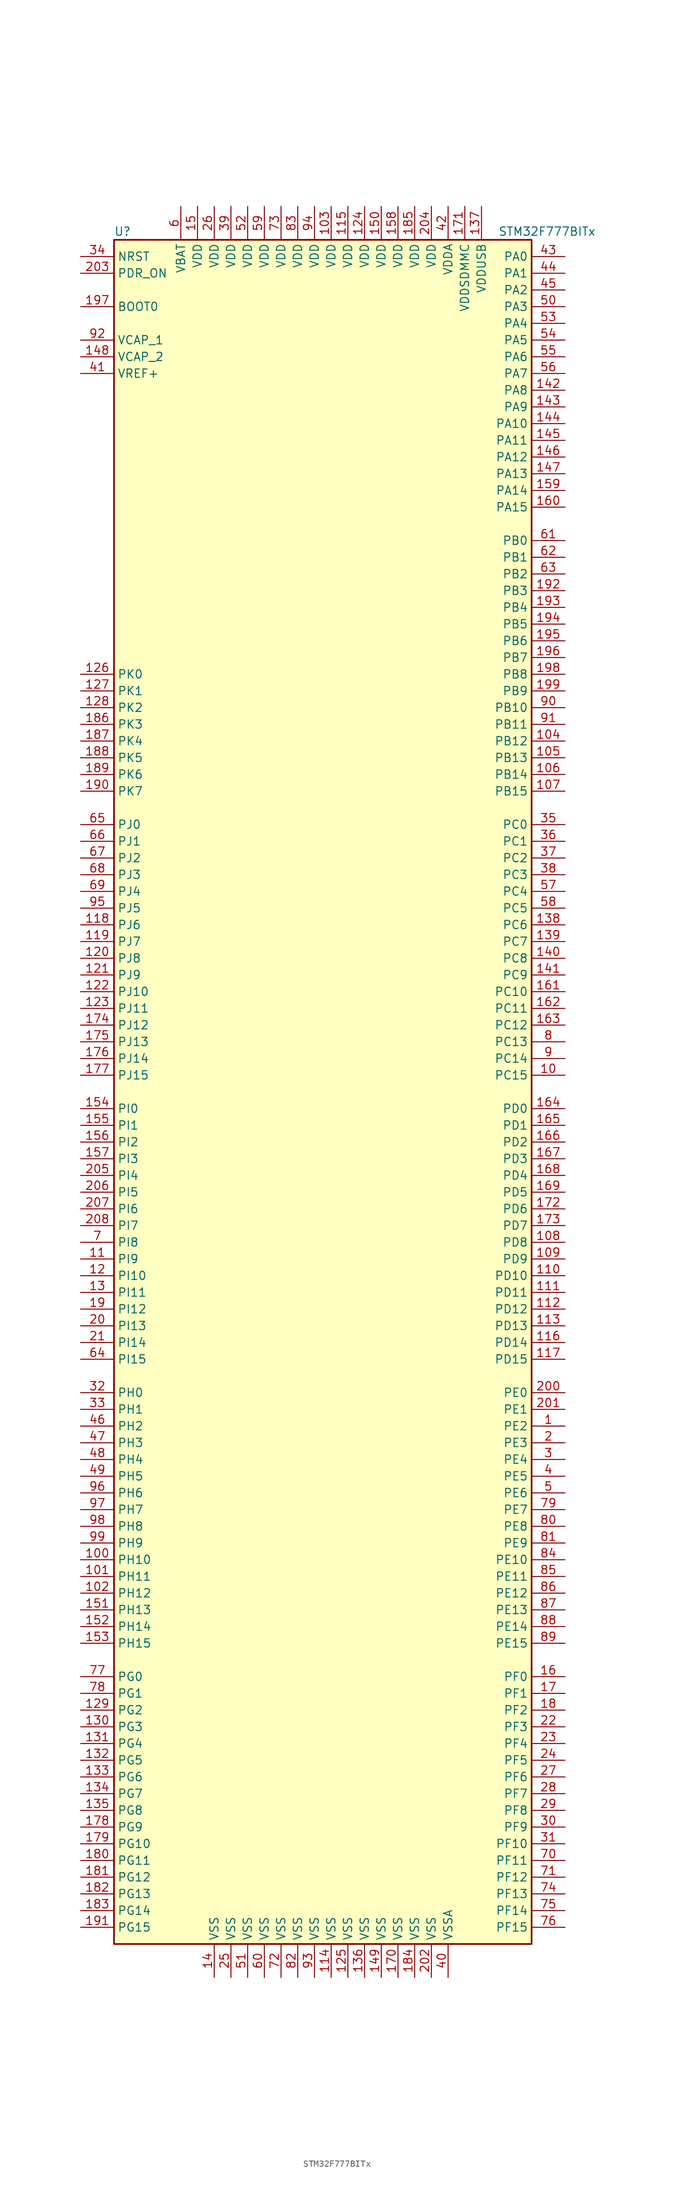
<source format=kicad_sym>
(kicad_symbol_lib
  (version 20201005)
  (generator kicad_symbol_editor)
  (symbol "STM32F777BITx"
    (property "Reference" "U"
      (at -33.02 130.81 0)
      (effects (font (size 1.27 1.27)) (justify left)))
    (property "Value" "STM32F777BITx"
      (at 25.4 130.81 0)
      (effects (font (size 1.27 1.27)) (justify left)))
    (symbol "STM32F777BITx_0_1"
      (rectangle (start -33.02 -129.54) (end 30.48 129.54) (stroke (width 0.254)) (fill (type background))))
    (symbol "STM32F777BITx_1_1"
      (pin input line (at -38.1 119.38 0) (length 5.08) (name "BOOT0" (effects (font (size 1.27 1.27)))) (number "197" (effects (font (size 1.27 1.27)))))
      (pin input line (at -38.1 127 0) (length 5.08) (name "NRST" (effects (font (size 1.27 1.27)))) (number "34" (effects (font (size 1.27 1.27)))))
      (pin bidirectional line (at 35.56 127 180) (length 5.08) (name "PA0" (effects (font (size 1.27 1.27)))) (number "43" (effects (font (size 1.27 1.27)))))
      (pin bidirectional line (at 35.56 124.46 180) (length 5.08) (name "PA1" (effects (font (size 1.27 1.27)))) (number "44" (effects (font (size 1.27 1.27)))))
      (pin bidirectional line (at 35.56 101.6 180) (length 5.08) (name "PA10" (effects (font (size 1.27 1.27)))) (number "144" (effects (font (size 1.27 1.27)))))
      (pin bidirectional line (at 35.56 99.06 180) (length 5.08) (name "PA11" (effects (font (size 1.27 1.27)))) (number "145" (effects (font (size 1.27 1.27)))))
      (pin bidirectional line (at 35.56 96.52 180) (length 5.08) (name "PA12" (effects (font (size 1.27 1.27)))) (number "146" (effects (font (size 1.27 1.27)))))
      (pin bidirectional line (at 35.56 93.98 180) (length 5.08) (name "PA13" (effects (font (size 1.27 1.27)))) (number "147" (effects (font (size 1.27 1.27)))))
      (pin bidirectional line (at 35.56 91.44 180) (length 5.08) (name "PA14" (effects (font (size 1.27 1.27)))) (number "159" (effects (font (size 1.27 1.27)))))
      (pin bidirectional line (at 35.56 88.9 180) (length 5.08) (name "PA15" (effects (font (size 1.27 1.27)))) (number "160" (effects (font (size 1.27 1.27)))))
      (pin bidirectional line (at 35.56 121.92 180) (length 5.08) (name "PA2" (effects (font (size 1.27 1.27)))) (number "45" (effects (font (size 1.27 1.27)))))
      (pin bidirectional line (at 35.56 119.38 180) (length 5.08) (name "PA3" (effects (font (size 1.27 1.27)))) (number "50" (effects (font (size 1.27 1.27)))))
      (pin bidirectional line (at 35.56 116.84 180) (length 5.08) (name "PA4" (effects (font (size 1.27 1.27)))) (number "53" (effects (font (size 1.27 1.27)))))
      (pin bidirectional line (at 35.56 114.3 180) (length 5.08) (name "PA5" (effects (font (size 1.27 1.27)))) (number "54" (effects (font (size 1.27 1.27)))))
      (pin bidirectional line (at 35.56 111.76 180) (length 5.08) (name "PA6" (effects (font (size 1.27 1.27)))) (number "55" (effects (font (size 1.27 1.27)))))
      (pin bidirectional line (at 35.56 109.22 180) (length 5.08) (name "PA7" (effects (font (size 1.27 1.27)))) (number "56" (effects (font (size 1.27 1.27)))))
      (pin bidirectional line (at 35.56 106.68 180) (length 5.08) (name "PA8" (effects (font (size 1.27 1.27)))) (number "142" (effects (font (size 1.27 1.27)))))
      (pin bidirectional line (at 35.56 104.14 180) (length 5.08) (name "PA9" (effects (font (size 1.27 1.27)))) (number "143" (effects (font (size 1.27 1.27)))))
      (pin bidirectional line (at 35.56 83.82 180) (length 5.08) (name "PB0" (effects (font (size 1.27 1.27)))) (number "61" (effects (font (size 1.27 1.27)))))
      (pin bidirectional line (at 35.56 81.28 180) (length 5.08) (name "PB1" (effects (font (size 1.27 1.27)))) (number "62" (effects (font (size 1.27 1.27)))))
      (pin bidirectional line (at 35.56 58.42 180) (length 5.08) (name "PB10" (effects (font (size 1.27 1.27)))) (number "90" (effects (font (size 1.27 1.27)))))
      (pin bidirectional line (at 35.56 55.88 180) (length 5.08) (name "PB11" (effects (font (size 1.27 1.27)))) (number "91" (effects (font (size 1.27 1.27)))))
      (pin bidirectional line (at 35.56 53.34 180) (length 5.08) (name "PB12" (effects (font (size 1.27 1.27)))) (number "104" (effects (font (size 1.27 1.27)))))
      (pin bidirectional line (at 35.56 50.8 180) (length 5.08) (name "PB13" (effects (font (size 1.27 1.27)))) (number "105" (effects (font (size 1.27 1.27)))))
      (pin bidirectional line (at 35.56 48.26 180) (length 5.08) (name "PB14" (effects (font (size 1.27 1.27)))) (number "106" (effects (font (size 1.27 1.27)))))
      (pin bidirectional line (at 35.56 45.72 180) (length 5.08) (name "PB15" (effects (font (size 1.27 1.27)))) (number "107" (effects (font (size 1.27 1.27)))))
      (pin bidirectional line (at 35.56 78.74 180) (length 5.08) (name "PB2" (effects (font (size 1.27 1.27)))) (number "63" (effects (font (size 1.27 1.27)))))
      (pin bidirectional line (at 35.56 76.2 180) (length 5.08) (name "PB3" (effects (font (size 1.27 1.27)))) (number "192" (effects (font (size 1.27 1.27)))))
      (pin bidirectional line (at 35.56 73.66 180) (length 5.08) (name "PB4" (effects (font (size 1.27 1.27)))) (number "193" (effects (font (size 1.27 1.27)))))
      (pin bidirectional line (at 35.56 71.12 180) (length 5.08) (name "PB5" (effects (font (size 1.27 1.27)))) (number "194" (effects (font (size 1.27 1.27)))))
      (pin bidirectional line (at 35.56 68.58 180) (length 5.08) (name "PB6" (effects (font (size 1.27 1.27)))) (number "195" (effects (font (size 1.27 1.27)))))
      (pin bidirectional line (at 35.56 66.04 180) (length 5.08) (name "PB7" (effects (font (size 1.27 1.27)))) (number "196" (effects (font (size 1.27 1.27)))))
      (pin bidirectional line (at 35.56 63.5 180) (length 5.08) (name "PB8" (effects (font (size 1.27 1.27)))) (number "198" (effects (font (size 1.27 1.27)))))
      (pin bidirectional line (at 35.56 60.96 180) (length 5.08) (name "PB9" (effects (font (size 1.27 1.27)))) (number "199" (effects (font (size 1.27 1.27)))))
      (pin bidirectional line (at 35.56 40.64 180) (length 5.08) (name "PC0" (effects (font (size 1.27 1.27)))) (number "35" (effects (font (size 1.27 1.27)))))
      (pin bidirectional line (at 35.56 38.1 180) (length 5.08) (name "PC1" (effects (font (size 1.27 1.27)))) (number "36" (effects (font (size 1.27 1.27)))))
      (pin bidirectional line (at 35.56 15.24 180) (length 5.08) (name "PC10" (effects (font (size 1.27 1.27)))) (number "161" (effects (font (size 1.27 1.27)))))
      (pin bidirectional line (at 35.56 12.7 180) (length 5.08) (name "PC11" (effects (font (size 1.27 1.27)))) (number "162" (effects (font (size 1.27 1.27)))))
      (pin bidirectional line (at 35.56 10.16 180) (length 5.08) (name "PC12" (effects (font (size 1.27 1.27)))) (number "163" (effects (font (size 1.27 1.27)))))
      (pin bidirectional line (at 35.56 7.62 180) (length 5.08) (name "PC13" (effects (font (size 1.27 1.27)))) (number "8" (effects (font (size 1.27 1.27)))))
      (pin bidirectional line (at 35.56 5.08 180) (length 5.08) (name "PC14" (effects (font (size 1.27 1.27)))) (number "9" (effects (font (size 1.27 1.27)))))
      (pin bidirectional line (at 35.56 2.54 180) (length 5.08) (name "PC15" (effects (font (size 1.27 1.27)))) (number "10" (effects (font (size 1.27 1.27)))))
      (pin bidirectional line (at 35.56 35.56 180) (length 5.08) (name "PC2" (effects (font (size 1.27 1.27)))) (number "37" (effects (font (size 1.27 1.27)))))
      (pin bidirectional line (at 35.56 33.02 180) (length 5.08) (name "PC3" (effects (font (size 1.27 1.27)))) (number "38" (effects (font (size 1.27 1.27)))))
      (pin bidirectional line (at 35.56 30.48 180) (length 5.08) (name "PC4" (effects (font (size 1.27 1.27)))) (number "57" (effects (font (size 1.27 1.27)))))
      (pin bidirectional line (at 35.56 27.94 180) (length 5.08) (name "PC5" (effects (font (size 1.27 1.27)))) (number "58" (effects (font (size 1.27 1.27)))))
      (pin bidirectional line (at 35.56 25.4 180) (length 5.08) (name "PC6" (effects (font (size 1.27 1.27)))) (number "138" (effects (font (size 1.27 1.27)))))
      (pin bidirectional line (at 35.56 22.86 180) (length 5.08) (name "PC7" (effects (font (size 1.27 1.27)))) (number "139" (effects (font (size 1.27 1.27)))))
      (pin bidirectional line (at 35.56 20.32 180) (length 5.08) (name "PC8" (effects (font (size 1.27 1.27)))) (number "140" (effects (font (size 1.27 1.27)))))
      (pin bidirectional line (at 35.56 17.78 180) (length 5.08) (name "PC9" (effects (font (size 1.27 1.27)))) (number "141" (effects (font (size 1.27 1.27)))))
      (pin bidirectional line (at 35.56 -2.54 180) (length 5.08) (name "PD0" (effects (font (size 1.27 1.27)))) (number "164" (effects (font (size 1.27 1.27)))))
      (pin bidirectional line (at 35.56 -5.08 180) (length 5.08) (name "PD1" (effects (font (size 1.27 1.27)))) (number "165" (effects (font (size 1.27 1.27)))))
      (pin bidirectional line (at 35.56 -27.94 180) (length 5.08) (name "PD10" (effects (font (size 1.27 1.27)))) (number "110" (effects (font (size 1.27 1.27)))))
      (pin bidirectional line (at 35.56 -30.48 180) (length 5.08) (name "PD11" (effects (font (size 1.27 1.27)))) (number "111" (effects (font (size 1.27 1.27)))))
      (pin bidirectional line (at 35.56 -33.02 180) (length 5.08) (name "PD12" (effects (font (size 1.27 1.27)))) (number "112" (effects (font (size 1.27 1.27)))))
      (pin bidirectional line (at 35.56 -35.56 180) (length 5.08) (name "PD13" (effects (font (size 1.27 1.27)))) (number "113" (effects (font (size 1.27 1.27)))))
      (pin bidirectional line (at 35.56 -38.1 180) (length 5.08) (name "PD14" (effects (font (size 1.27 1.27)))) (number "116" (effects (font (size 1.27 1.27)))))
      (pin bidirectional line (at 35.56 -40.64 180) (length 5.08) (name "PD15" (effects (font (size 1.27 1.27)))) (number "117" (effects (font (size 1.27 1.27)))))
      (pin bidirectional line (at 35.56 -7.62 180) (length 5.08) (name "PD2" (effects (font (size 1.27 1.27)))) (number "166" (effects (font (size 1.27 1.27)))))
      (pin bidirectional line (at 35.56 -10.16 180) (length 5.08) (name "PD3" (effects (font (size 1.27 1.27)))) (number "167" (effects (font (size 1.27 1.27)))))
      (pin bidirectional line (at 35.56 -12.7 180) (length 5.08) (name "PD4" (effects (font (size 1.27 1.27)))) (number "168" (effects (font (size 1.27 1.27)))))
      (pin bidirectional line (at 35.56 -15.24 180) (length 5.08) (name "PD5" (effects (font (size 1.27 1.27)))) (number "169" (effects (font (size 1.27 1.27)))))
      (pin bidirectional line (at 35.56 -17.78 180) (length 5.08) (name "PD6" (effects (font (size 1.27 1.27)))) (number "172" (effects (font (size 1.27 1.27)))))
      (pin bidirectional line (at 35.56 -20.32 180) (length 5.08) (name "PD7" (effects (font (size 1.27 1.27)))) (number "173" (effects (font (size 1.27 1.27)))))
      (pin bidirectional line (at 35.56 -22.86 180) (length 5.08) (name "PD8" (effects (font (size 1.27 1.27)))) (number "108" (effects (font (size 1.27 1.27)))))
      (pin bidirectional line (at 35.56 -25.4 180) (length 5.08) (name "PD9" (effects (font (size 1.27 1.27)))) (number "109" (effects (font (size 1.27 1.27)))))
      (pin input line (at -38.1 124.46 0) (length 5.08) (name "PDR_ON" (effects (font (size 1.27 1.27)))) (number "203" (effects (font (size 1.27 1.27)))))
      (pin bidirectional line (at 35.56 -45.72 180) (length 5.08) (name "PE0" (effects (font (size 1.27 1.27)))) (number "200" (effects (font (size 1.27 1.27)))))
      (pin bidirectional line (at 35.56 -48.26 180) (length 5.08) (name "PE1" (effects (font (size 1.27 1.27)))) (number "201" (effects (font (size 1.27 1.27)))))
      (pin bidirectional line (at 35.56 -71.12 180) (length 5.08) (name "PE10" (effects (font (size 1.27 1.27)))) (number "84" (effects (font (size 1.27 1.27)))))
      (pin bidirectional line (at 35.56 -73.66 180) (length 5.08) (name "PE11" (effects (font (size 1.27 1.27)))) (number "85" (effects (font (size 1.27 1.27)))))
      (pin bidirectional line (at 35.56 -76.2 180) (length 5.08) (name "PE12" (effects (font (size 1.27 1.27)))) (number "86" (effects (font (size 1.27 1.27)))))
      (pin bidirectional line (at 35.56 -78.74 180) (length 5.08) (name "PE13" (effects (font (size 1.27 1.27)))) (number "87" (effects (font (size 1.27 1.27)))))
      (pin bidirectional line (at 35.56 -81.28 180) (length 5.08) (name "PE14" (effects (font (size 1.27 1.27)))) (number "88" (effects (font (size 1.27 1.27)))))
      (pin bidirectional line (at 35.56 -83.82 180) (length 5.08) (name "PE15" (effects (font (size 1.27 1.27)))) (number "89" (effects (font (size 1.27 1.27)))))
      (pin bidirectional line (at 35.56 -50.8 180) (length 5.08) (name "PE2" (effects (font (size 1.27 1.27)))) (number "1" (effects (font (size 1.27 1.27)))))
      (pin bidirectional line (at 35.56 -53.34 180) (length 5.08) (name "PE3" (effects (font (size 1.27 1.27)))) (number "2" (effects (font (size 1.27 1.27)))))
      (pin bidirectional line (at 35.56 -55.88 180) (length 5.08) (name "PE4" (effects (font (size 1.27 1.27)))) (number "3" (effects (font (size 1.27 1.27)))))
      (pin bidirectional line (at 35.56 -58.42 180) (length 5.08) (name "PE5" (effects (font (size 1.27 1.27)))) (number "4" (effects (font (size 1.27 1.27)))))
      (pin bidirectional line (at 35.56 -60.96 180) (length 5.08) (name "PE6" (effects (font (size 1.27 1.27)))) (number "5" (effects (font (size 1.27 1.27)))))
      (pin bidirectional line (at 35.56 -63.5 180) (length 5.08) (name "PE7" (effects (font (size 1.27 1.27)))) (number "79" (effects (font (size 1.27 1.27)))))
      (pin bidirectional line (at 35.56 -66.04 180) (length 5.08) (name "PE8" (effects (font (size 1.27 1.27)))) (number "80" (effects (font (size 1.27 1.27)))))
      (pin bidirectional line (at 35.56 -68.58 180) (length 5.08) (name "PE9" (effects (font (size 1.27 1.27)))) (number "81" (effects (font (size 1.27 1.27)))))
      (pin bidirectional line (at 35.56 -88.9 180) (length 5.08) (name "PF0" (effects (font (size 1.27 1.27)))) (number "16" (effects (font (size 1.27 1.27)))))
      (pin bidirectional line (at 35.56 -91.44 180) (length 5.08) (name "PF1" (effects (font (size 1.27 1.27)))) (number "17" (effects (font (size 1.27 1.27)))))
      (pin bidirectional line (at 35.56 -114.3 180) (length 5.08) (name "PF10" (effects (font (size 1.27 1.27)))) (number "31" (effects (font (size 1.27 1.27)))))
      (pin bidirectional line (at 35.56 -116.84 180) (length 5.08) (name "PF11" (effects (font (size 1.27 1.27)))) (number "70" (effects (font (size 1.27 1.27)))))
      (pin bidirectional line (at 35.56 -119.38 180) (length 5.08) (name "PF12" (effects (font (size 1.27 1.27)))) (number "71" (effects (font (size 1.27 1.27)))))
      (pin bidirectional line (at 35.56 -121.92 180) (length 5.08) (name "PF13" (effects (font (size 1.27 1.27)))) (number "74" (effects (font (size 1.27 1.27)))))
      (pin bidirectional line (at 35.56 -124.46 180) (length 5.08) (name "PF14" (effects (font (size 1.27 1.27)))) (number "75" (effects (font (size 1.27 1.27)))))
      (pin bidirectional line (at 35.56 -127 180) (length 5.08) (name "PF15" (effects (font (size 1.27 1.27)))) (number "76" (effects (font (size 1.27 1.27)))))
      (pin bidirectional line (at 35.56 -93.98 180) (length 5.08) (name "PF2" (effects (font (size 1.27 1.27)))) (number "18" (effects (font (size 1.27 1.27)))))
      (pin bidirectional line (at 35.56 -96.52 180) (length 5.08) (name "PF3" (effects (font (size 1.27 1.27)))) (number "22" (effects (font (size 1.27 1.27)))))
      (pin bidirectional line (at 35.56 -99.06 180) (length 5.08) (name "PF4" (effects (font (size 1.27 1.27)))) (number "23" (effects (font (size 1.27 1.27)))))
      (pin bidirectional line (at 35.56 -101.6 180) (length 5.08) (name "PF5" (effects (font (size 1.27 1.27)))) (number "24" (effects (font (size 1.27 1.27)))))
      (pin bidirectional line (at 35.56 -104.14 180) (length 5.08) (name "PF6" (effects (font (size 1.27 1.27)))) (number "27" (effects (font (size 1.27 1.27)))))
      (pin bidirectional line (at 35.56 -106.68 180) (length 5.08) (name "PF7" (effects (font (size 1.27 1.27)))) (number "28" (effects (font (size 1.27 1.27)))))
      (pin bidirectional line (at 35.56 -109.22 180) (length 5.08) (name "PF8" (effects (font (size 1.27 1.27)))) (number "29" (effects (font (size 1.27 1.27)))))
      (pin bidirectional line (at 35.56 -111.76 180) (length 5.08) (name "PF9" (effects (font (size 1.27 1.27)))) (number "30" (effects (font (size 1.27 1.27)))))
      (pin bidirectional line (at -38.1 -88.9 0) (length 5.08) (name "PG0" (effects (font (size 1.27 1.27)))) (number "77" (effects (font (size 1.27 1.27)))))
      (pin bidirectional line (at -38.1 -91.44 0) (length 5.08) (name "PG1" (effects (font (size 1.27 1.27)))) (number "78" (effects (font (size 1.27 1.27)))))
      (pin bidirectional line (at -38.1 -114.3 0) (length 5.08) (name "PG10" (effects (font (size 1.27 1.27)))) (number "179" (effects (font (size 1.27 1.27)))))
      (pin bidirectional line (at -38.1 -116.84 0) (length 5.08) (name "PG11" (effects (font (size 1.27 1.27)))) (number "180" (effects (font (size 1.27 1.27)))))
      (pin bidirectional line (at -38.1 -119.38 0) (length 5.08) (name "PG12" (effects (font (size 1.27 1.27)))) (number "181" (effects (font (size 1.27 1.27)))))
      (pin bidirectional line (at -38.1 -121.92 0) (length 5.08) (name "PG13" (effects (font (size 1.27 1.27)))) (number "182" (effects (font (size 1.27 1.27)))))
      (pin bidirectional line (at -38.1 -124.46 0) (length 5.08) (name "PG14" (effects (font (size 1.27 1.27)))) (number "183" (effects (font (size 1.27 1.27)))))
      (pin bidirectional line (at -38.1 -127 0) (length 5.08) (name "PG15" (effects (font (size 1.27 1.27)))) (number "191" (effects (font (size 1.27 1.27)))))
      (pin bidirectional line (at -38.1 -93.98 0) (length 5.08) (name "PG2" (effects (font (size 1.27 1.27)))) (number "129" (effects (font (size 1.27 1.27)))))
      (pin bidirectional line (at -38.1 -96.52 0) (length 5.08) (name "PG3" (effects (font (size 1.27 1.27)))) (number "130" (effects (font (size 1.27 1.27)))))
      (pin bidirectional line (at -38.1 -99.06 0) (length 5.08) (name "PG4" (effects (font (size 1.27 1.27)))) (number "131" (effects (font (size 1.27 1.27)))))
      (pin bidirectional line (at -38.1 -101.6 0) (length 5.08) (name "PG5" (effects (font (size 1.27 1.27)))) (number "132" (effects (font (size 1.27 1.27)))))
      (pin bidirectional line (at -38.1 -104.14 0) (length 5.08) (name "PG6" (effects (font (size 1.27 1.27)))) (number "133" (effects (font (size 1.27 1.27)))))
      (pin bidirectional line (at -38.1 -106.68 0) (length 5.08) (name "PG7" (effects (font (size 1.27 1.27)))) (number "134" (effects (font (size 1.27 1.27)))))
      (pin bidirectional line (at -38.1 -109.22 0) (length 5.08) (name "PG8" (effects (font (size 1.27 1.27)))) (number "135" (effects (font (size 1.27 1.27)))))
      (pin bidirectional line (at -38.1 -111.76 0) (length 5.08) (name "PG9" (effects (font (size 1.27 1.27)))) (number "178" (effects (font (size 1.27 1.27)))))
      (pin input line (at -38.1 -45.72 0) (length 5.08) (name "PH0" (effects (font (size 1.27 1.27)))) (number "32" (effects (font (size 1.27 1.27)))))
      (pin input line (at -38.1 -48.26 0) (length 5.08) (name "PH1" (effects (font (size 1.27 1.27)))) (number "33" (effects (font (size 1.27 1.27)))))
      (pin bidirectional line (at -38.1 -71.12 0) (length 5.08) (name "PH10" (effects (font (size 1.27 1.27)))) (number "100" (effects (font (size 1.27 1.27)))))
      (pin bidirectional line (at -38.1 -73.66 0) (length 5.08) (name "PH11" (effects (font (size 1.27 1.27)))) (number "101" (effects (font (size 1.27 1.27)))))
      (pin bidirectional line (at -38.1 -76.2 0) (length 5.08) (name "PH12" (effects (font (size 1.27 1.27)))) (number "102" (effects (font (size 1.27 1.27)))))
      (pin bidirectional line (at -38.1 -78.74 0) (length 5.08) (name "PH13" (effects (font (size 1.27 1.27)))) (number "151" (effects (font (size 1.27 1.27)))))
      (pin bidirectional line (at -38.1 -81.28 0) (length 5.08) (name "PH14" (effects (font (size 1.27 1.27)))) (number "152" (effects (font (size 1.27 1.27)))))
      (pin bidirectional line (at -38.1 -83.82 0) (length 5.08) (name "PH15" (effects (font (size 1.27 1.27)))) (number "153" (effects (font (size 1.27 1.27)))))
      (pin bidirectional line (at -38.1 -50.8 0) (length 5.08) (name "PH2" (effects (font (size 1.27 1.27)))) (number "46" (effects (font (size 1.27 1.27)))))
      (pin bidirectional line (at -38.1 -53.34 0) (length 5.08) (name "PH3" (effects (font (size 1.27 1.27)))) (number "47" (effects (font (size 1.27 1.27)))))
      (pin bidirectional line (at -38.1 -55.88 0) (length 5.08) (name "PH4" (effects (font (size 1.27 1.27)))) (number "48" (effects (font (size 1.27 1.27)))))
      (pin bidirectional line (at -38.1 -58.42 0) (length 5.08) (name "PH5" (effects (font (size 1.27 1.27)))) (number "49" (effects (font (size 1.27 1.27)))))
      (pin bidirectional line (at -38.1 -60.96 0) (length 5.08) (name "PH6" (effects (font (size 1.27 1.27)))) (number "96" (effects (font (size 1.27 1.27)))))
      (pin bidirectional line (at -38.1 -63.5 0) (length 5.08) (name "PH7" (effects (font (size 1.27 1.27)))) (number "97" (effects (font (size 1.27 1.27)))))
      (pin bidirectional line (at -38.1 -66.04 0) (length 5.08) (name "PH8" (effects (font (size 1.27 1.27)))) (number "98" (effects (font (size 1.27 1.27)))))
      (pin bidirectional line (at -38.1 -68.58 0) (length 5.08) (name "PH9" (effects (font (size 1.27 1.27)))) (number "99" (effects (font (size 1.27 1.27)))))
      (pin bidirectional line (at -38.1 -2.54 0) (length 5.08) (name "PI0" (effects (font (size 1.27 1.27)))) (number "154" (effects (font (size 1.27 1.27)))))
      (pin bidirectional line (at -38.1 -5.08 0) (length 5.08) (name "PI1" (effects (font (size 1.27 1.27)))) (number "155" (effects (font (size 1.27 1.27)))))
      (pin bidirectional line (at -38.1 -27.94 0) (length 5.08) (name "PI10" (effects (font (size 1.27 1.27)))) (number "12" (effects (font (size 1.27 1.27)))))
      (pin bidirectional line (at -38.1 -30.48 0) (length 5.08) (name "PI11" (effects (font (size 1.27 1.27)))) (number "13" (effects (font (size 1.27 1.27)))))
      (pin bidirectional line (at -38.1 -33.02 0) (length 5.08) (name "PI12" (effects (font (size 1.27 1.27)))) (number "19" (effects (font (size 1.27 1.27)))))
      (pin bidirectional line (at -38.1 -35.56 0) (length 5.08) (name "PI13" (effects (font (size 1.27 1.27)))) (number "20" (effects (font (size 1.27 1.27)))))
      (pin bidirectional line (at -38.1 -38.1 0) (length 5.08) (name "PI14" (effects (font (size 1.27 1.27)))) (number "21" (effects (font (size 1.27 1.27)))))
      (pin bidirectional line (at -38.1 -40.64 0) (length 5.08) (name "PI15" (effects (font (size 1.27 1.27)))) (number "64" (effects (font (size 1.27 1.27)))))
      (pin bidirectional line (at -38.1 -7.62 0) (length 5.08) (name "PI2" (effects (font (size 1.27 1.27)))) (number "156" (effects (font (size 1.27 1.27)))))
      (pin bidirectional line (at -38.1 -10.16 0) (length 5.08) (name "PI3" (effects (font (size 1.27 1.27)))) (number "157" (effects (font (size 1.27 1.27)))))
      (pin bidirectional line (at -38.1 -12.7 0) (length 5.08) (name "PI4" (effects (font (size 1.27 1.27)))) (number "205" (effects (font (size 1.27 1.27)))))
      (pin bidirectional line (at -38.1 -15.24 0) (length 5.08) (name "PI5" (effects (font (size 1.27 1.27)))) (number "206" (effects (font (size 1.27 1.27)))))
      (pin bidirectional line (at -38.1 -17.78 0) (length 5.08) (name "PI6" (effects (font (size 1.27 1.27)))) (number "207" (effects (font (size 1.27 1.27)))))
      (pin bidirectional line (at -38.1 -20.32 0) (length 5.08) (name "PI7" (effects (font (size 1.27 1.27)))) (number "208" (effects (font (size 1.27 1.27)))))
      (pin bidirectional line (at -38.1 -22.86 0) (length 5.08) (name "PI8" (effects (font (size 1.27 1.27)))) (number "7" (effects (font (size 1.27 1.27)))))
      (pin bidirectional line (at -38.1 -25.4 0) (length 5.08) (name "PI9" (effects (font (size 1.27 1.27)))) (number "11" (effects (font (size 1.27 1.27)))))
      (pin bidirectional line (at -38.1 40.64 0) (length 5.08) (name "PJ0" (effects (font (size 1.27 1.27)))) (number "65" (effects (font (size 1.27 1.27)))))
      (pin bidirectional line (at -38.1 38.1 0) (length 5.08) (name "PJ1" (effects (font (size 1.27 1.27)))) (number "66" (effects (font (size 1.27 1.27)))))
      (pin bidirectional line (at -38.1 15.24 0) (length 5.08) (name "PJ10" (effects (font (size 1.27 1.27)))) (number "122" (effects (font (size 1.27 1.27)))))
      (pin bidirectional line (at -38.1 12.7 0) (length 5.08) (name "PJ11" (effects (font (size 1.27 1.27)))) (number "123" (effects (font (size 1.27 1.27)))))
      (pin bidirectional line (at -38.1 10.16 0) (length 5.08) (name "PJ12" (effects (font (size 1.27 1.27)))) (number "174" (effects (font (size 1.27 1.27)))))
      (pin bidirectional line (at -38.1 7.62 0) (length 5.08) (name "PJ13" (effects (font (size 1.27 1.27)))) (number "175" (effects (font (size 1.27 1.27)))))
      (pin bidirectional line (at -38.1 5.08 0) (length 5.08) (name "PJ14" (effects (font (size 1.27 1.27)))) (number "176" (effects (font (size 1.27 1.27)))))
      (pin bidirectional line (at -38.1 2.54 0) (length 5.08) (name "PJ15" (effects (font (size 1.27 1.27)))) (number "177" (effects (font (size 1.27 1.27)))))
      (pin bidirectional line (at -38.1 35.56 0) (length 5.08) (name "PJ2" (effects (font (size 1.27 1.27)))) (number "67" (effects (font (size 1.27 1.27)))))
      (pin bidirectional line (at -38.1 33.02 0) (length 5.08) (name "PJ3" (effects (font (size 1.27 1.27)))) (number "68" (effects (font (size 1.27 1.27)))))
      (pin bidirectional line (at -38.1 30.48 0) (length 5.08) (name "PJ4" (effects (font (size 1.27 1.27)))) (number "69" (effects (font (size 1.27 1.27)))))
      (pin bidirectional line (at -38.1 27.94 0) (length 5.08) (name "PJ5" (effects (font (size 1.27 1.27)))) (number "95" (effects (font (size 1.27 1.27)))))
      (pin bidirectional line (at -38.1 25.4 0) (length 5.08) (name "PJ6" (effects (font (size 1.27 1.27)))) (number "118" (effects (font (size 1.27 1.27)))))
      (pin bidirectional line (at -38.1 22.86 0) (length 5.08) (name "PJ7" (effects (font (size 1.27 1.27)))) (number "119" (effects (font (size 1.27 1.27)))))
      (pin bidirectional line (at -38.1 20.32 0) (length 5.08) (name "PJ8" (effects (font (size 1.27 1.27)))) (number "120" (effects (font (size 1.27 1.27)))))
      (pin bidirectional line (at -38.1 17.78 0) (length 5.08) (name "PJ9" (effects (font (size 1.27 1.27)))) (number "121" (effects (font (size 1.27 1.27)))))
      (pin bidirectional line (at -38.1 63.5 0) (length 5.08) (name "PK0" (effects (font (size 1.27 1.27)))) (number "126" (effects (font (size 1.27 1.27)))))
      (pin bidirectional line (at -38.1 60.96 0) (length 5.08) (name "PK1" (effects (font (size 1.27 1.27)))) (number "127" (effects (font (size 1.27 1.27)))))
      (pin bidirectional line (at -38.1 58.42 0) (length 5.08) (name "PK2" (effects (font (size 1.27 1.27)))) (number "128" (effects (font (size 1.27 1.27)))))
      (pin bidirectional line (at -38.1 55.88 0) (length 5.08) (name "PK3" (effects (font (size 1.27 1.27)))) (number "186" (effects (font (size 1.27 1.27)))))
      (pin bidirectional line (at -38.1 53.34 0) (length 5.08) (name "PK4" (effects (font (size 1.27 1.27)))) (number "187" (effects (font (size 1.27 1.27)))))
      (pin bidirectional line (at -38.1 50.8 0) (length 5.08) (name "PK5" (effects (font (size 1.27 1.27)))) (number "188" (effects (font (size 1.27 1.27)))))
      (pin bidirectional line (at -38.1 48.26 0) (length 5.08) (name "PK6" (effects (font (size 1.27 1.27)))) (number "189" (effects (font (size 1.27 1.27)))))
      (pin bidirectional line (at -38.1 45.72 0) (length 5.08) (name "PK7" (effects (font (size 1.27 1.27)))) (number "190" (effects (font (size 1.27 1.27)))))
      (pin power_in line (at -22.86 134.62 270) (length 5.08) (name "VBAT" (effects (font (size 1.27 1.27)))) (number "6" (effects (font (size 1.27 1.27)))))
      (pin power_in line (at -38.1 114.3 0) (length 5.08) (name "VCAP_1" (effects (font (size 1.27 1.27)))) (number "92" (effects (font (size 1.27 1.27)))))
      (pin power_in line (at -38.1 111.76 0) (length 5.08) (name "VCAP_2" (effects (font (size 1.27 1.27)))) (number "148" (effects (font (size 1.27 1.27)))))
      (pin power_in line (at 0 134.62 270) (length 5.08) (name "VDD" (effects (font (size 1.27 1.27)))) (number "103" (effects (font (size 1.27 1.27)))))
      (pin power_in line (at 2.54 134.62 270) (length 5.08) (name "VDD" (effects (font (size 1.27 1.27)))) (number "115" (effects (font (size 1.27 1.27)))))
      (pin power_in line (at 5.08 134.62 270) (length 5.08) (name "VDD" (effects (font (size 1.27 1.27)))) (number "124" (effects (font (size 1.27 1.27)))))
      (pin power_in line (at -20.32 134.62 270) (length 5.08) (name "VDD" (effects (font (size 1.27 1.27)))) (number "15" (effects (font (size 1.27 1.27)))))
      (pin power_in line (at 7.62 134.62 270) (length 5.08) (name "VDD" (effects (font (size 1.27 1.27)))) (number "150" (effects (font (size 1.27 1.27)))))
      (pin power_in line (at 10.16 134.62 270) (length 5.08) (name "VDD" (effects (font (size 1.27 1.27)))) (number "158" (effects (font (size 1.27 1.27)))))
      (pin power_in line (at 12.7 134.62 270) (length 5.08) (name "VDD" (effects (font (size 1.27 1.27)))) (number "185" (effects (font (size 1.27 1.27)))))
      (pin power_in line (at 15.24 134.62 270) (length 5.08) (name "VDD" (effects (font (size 1.27 1.27)))) (number "204" (effects (font (size 1.27 1.27)))))
      (pin power_in line (at -17.78 134.62 270) (length 5.08) (name "VDD" (effects (font (size 1.27 1.27)))) (number "26" (effects (font (size 1.27 1.27)))))
      (pin power_in line (at -15.24 134.62 270) (length 5.08) (name "VDD" (effects (font (size 1.27 1.27)))) (number "39" (effects (font (size 1.27 1.27)))))
      (pin power_in line (at -12.7 134.62 270) (length 5.08) (name "VDD" (effects (font (size 1.27 1.27)))) (number "52" (effects (font (size 1.27 1.27)))))
      (pin power_in line (at -10.16 134.62 270) (length 5.08) (name "VDD" (effects (font (size 1.27 1.27)))) (number "59" (effects (font (size 1.27 1.27)))))
      (pin power_in line (at -7.62 134.62 270) (length 5.08) (name "VDD" (effects (font (size 1.27 1.27)))) (number "73" (effects (font (size 1.27 1.27)))))
      (pin power_in line (at -5.08 134.62 270) (length 5.08) (name "VDD" (effects (font (size 1.27 1.27)))) (number "83" (effects (font (size 1.27 1.27)))))
      (pin power_in line (at -2.54 134.62 270) (length 5.08) (name "VDD" (effects (font (size 1.27 1.27)))) (number "94" (effects (font (size 1.27 1.27)))))
      (pin power_in line (at 17.78 134.62 270) (length 5.08) (name "VDDA" (effects (font (size 1.27 1.27)))) (number "42" (effects (font (size 1.27 1.27)))))
      (pin power_in line (at 20.32 134.62 270) (length 5.08) (name "VDDSDMMC" (effects (font (size 1.27 1.27)))) (number "171" (effects (font (size 1.27 1.27)))))
      (pin power_in line (at 22.86 134.62 270) (length 5.08) (name "VDDUSB" (effects (font (size 1.27 1.27)))) (number "137" (effects (font (size 1.27 1.27)))))
      (pin power_in line (at -38.1 109.22 0) (length 5.08) (name "VREF+" (effects (font (size 1.27 1.27)))) (number "41" (effects (font (size 1.27 1.27)))))
      (pin power_in line (at 0 -134.62 90) (length 5.08) (name "VSS" (effects (font (size 1.27 1.27)))) (number "114" (effects (font (size 1.27 1.27)))))
      (pin power_in line (at 2.54 -134.62 90) (length 5.08) (name "VSS" (effects (font (size 1.27 1.27)))) (number "125" (effects (font (size 1.27 1.27)))))
      (pin power_in line (at 5.08 -134.62 90) (length 5.08) (name "VSS" (effects (font (size 1.27 1.27)))) (number "136" (effects (font (size 1.27 1.27)))))
      (pin power_in line (at -17.78 -134.62 90) (length 5.08) (name "VSS" (effects (font (size 1.27 1.27)))) (number "14" (effects (font (size 1.27 1.27)))))
      (pin power_in line (at 7.62 -134.62 90) (length 5.08) (name "VSS" (effects (font (size 1.27 1.27)))) (number "149" (effects (font (size 1.27 1.27)))))
      (pin power_in line (at 10.16 -134.62 90) (length 5.08) (name "VSS" (effects (font (size 1.27 1.27)))) (number "170" (effects (font (size 1.27 1.27)))))
      (pin power_in line (at 12.7 -134.62 90) (length 5.08) (name "VSS" (effects (font (size 1.27 1.27)))) (number "184" (effects (font (size 1.27 1.27)))))
      (pin power_in line (at 15.24 -134.62 90) (length 5.08) (name "VSS" (effects (font (size 1.27 1.27)))) (number "202" (effects (font (size 1.27 1.27)))))
      (pin power_in line (at -15.24 -134.62 90) (length 5.08) (name "VSS" (effects (font (size 1.27 1.27)))) (number "25" (effects (font (size 1.27 1.27)))))
      (pin power_in line (at -12.7 -134.62 90) (length 5.08) (name "VSS" (effects (font (size 1.27 1.27)))) (number "51" (effects (font (size 1.27 1.27)))))
      (pin power_in line (at -10.16 -134.62 90) (length 5.08) (name "VSS" (effects (font (size 1.27 1.27)))) (number "60" (effects (font (size 1.27 1.27)))))
      (pin power_in line (at -7.62 -134.62 90) (length 5.08) (name "VSS" (effects (font (size 1.27 1.27)))) (number "72" (effects (font (size 1.27 1.27)))))
      (pin power_in line (at -5.08 -134.62 90) (length 5.08) (name "VSS" (effects (font (size 1.27 1.27)))) (number "82" (effects (font (size 1.27 1.27)))))
      (pin power_in line (at -2.54 -134.62 90) (length 5.08) (name "VSS" (effects (font (size 1.27 1.27)))) (number "93" (effects (font (size 1.27 1.27)))))
      (pin power_in line (at 17.78 -134.62 90) (length 5.08) (name "VSSA" (effects (font (size 1.27 1.27)))) (number "40" (effects (font (size 1.27 1.27))))))))
</source>
